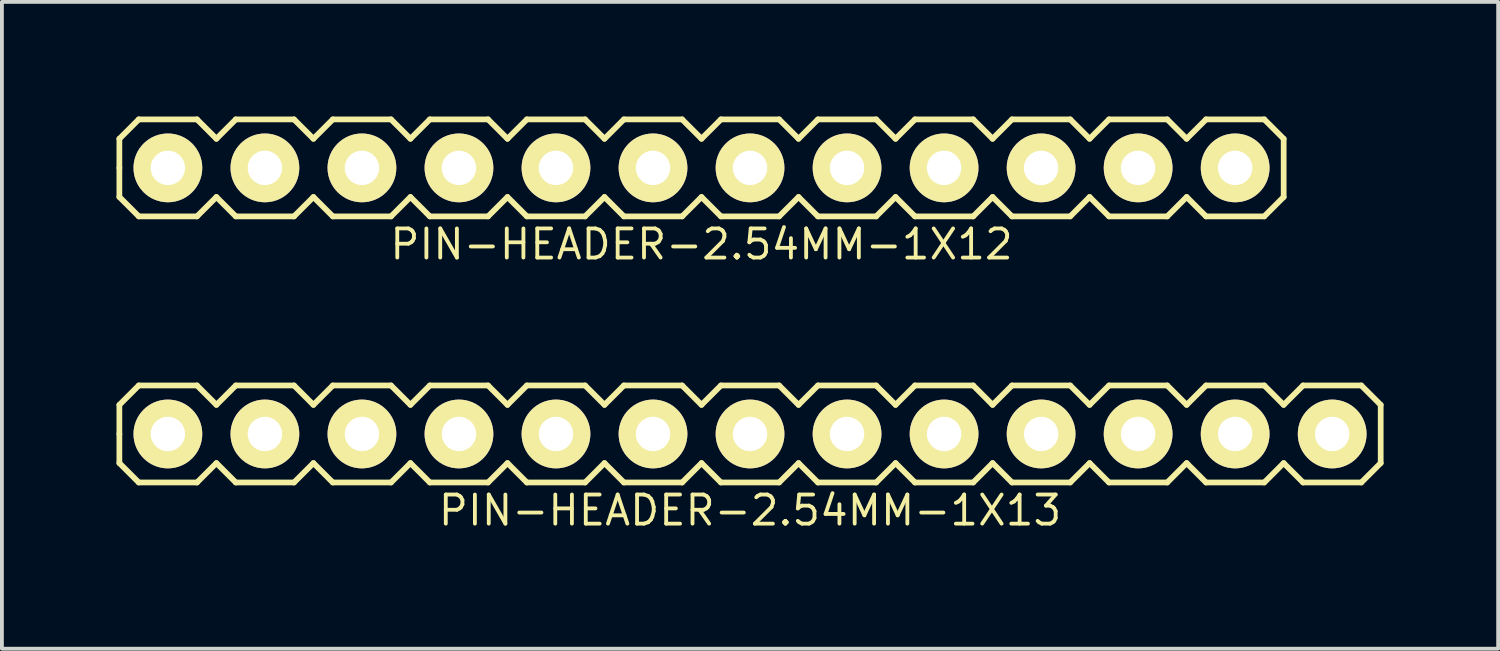
<source format=kicad_pcb>
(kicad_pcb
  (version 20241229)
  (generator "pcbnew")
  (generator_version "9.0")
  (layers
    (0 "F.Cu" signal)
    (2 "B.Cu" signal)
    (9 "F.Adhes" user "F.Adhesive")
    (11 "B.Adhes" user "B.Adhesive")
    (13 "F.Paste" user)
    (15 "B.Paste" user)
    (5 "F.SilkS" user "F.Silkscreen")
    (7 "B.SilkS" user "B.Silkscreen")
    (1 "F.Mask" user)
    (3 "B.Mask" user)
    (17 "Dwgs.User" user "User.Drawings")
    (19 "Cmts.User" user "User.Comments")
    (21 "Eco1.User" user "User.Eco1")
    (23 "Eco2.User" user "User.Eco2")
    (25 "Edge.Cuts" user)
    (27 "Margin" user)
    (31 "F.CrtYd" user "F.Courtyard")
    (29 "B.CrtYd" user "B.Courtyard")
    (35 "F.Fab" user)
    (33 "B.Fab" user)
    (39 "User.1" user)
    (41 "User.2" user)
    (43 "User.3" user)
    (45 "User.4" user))
  (footprint "PIN-HEADER-2.54MM-1X12"
    (layer "F.Cu")
    (at 15.315 1.345)
    (property "Reference" "PIN-HEADER-2.54MM-1X12" (at 0 2 0) (layer "F.SilkS") (effects (font (size 0.762 0.762) (thickness 0.1))))
    (attr through_hole)
    (fp_line (start -15.24 -0.762) (end -14.732 -1.27) (stroke (width 0.15) (type solid)) (layer "F.SilkS"))
    (fp_line (start -15.24 0) (end -15.24 -0.762) (stroke (width 0.15) (type solid)) (layer "F.SilkS"))
    (fp_line (start -15.24 0.762) (end -15.24 0) (stroke (width 0.15) (type solid)) (layer "F.SilkS"))
    (fp_line (start -14.732 -1.27) (end -13.208 -1.27) (stroke (width 0.15) (type solid)) (layer "F.SilkS"))
    (fp_line (start -14.732 1.27) (end -15.24 0.762) (stroke (width 0.15) (type solid)) (layer "F.SilkS"))
    (fp_line (start -13.208 -1.27) (end -12.7 -0.762) (stroke (width 0.15) (type solid)) (layer "F.SilkS"))
    (fp_line (start -13.208 1.27) (end -14.732 1.27) (stroke (width 0.15) (type solid)) (layer "F.SilkS"))
    (fp_line (start -12.7 -0.762) (end -12.192 -1.27) (stroke (width 0.15) (type solid)) (layer "F.SilkS"))
    (fp_line (start -12.7 0.762) (end -13.208 1.27) (stroke (width 0.15) (type solid)) (layer "F.SilkS"))
    (fp_line (start -12.192 -1.27) (end -10.668 -1.27) (stroke (width 0.15) (type solid)) (layer "F.SilkS"))
    (fp_line (start -12.192 1.27) (end -12.7 0.762) (stroke (width 0.15) (type solid)) (layer "F.SilkS"))
    (fp_line (start -10.668 -1.27) (end -10.16 -0.762) (stroke (width 0.15) (type solid)) (layer "F.SilkS"))
    (fp_line (start -10.668 1.27) (end -12.192 1.27) (stroke (width 0.15) (type solid)) (layer "F.SilkS"))
    (fp_line (start -10.16 -0.762) (end -9.652 -1.27) (stroke (width 0.15) (type solid)) (layer "F.SilkS"))
    (fp_line (start -10.16 0.762) (end -10.668 1.27) (stroke (width 0.15) (type solid)) (layer "F.SilkS"))
    (fp_line (start -9.652 -1.27) (end -8.128 -1.27) (stroke (width 0.15) (type solid)) (layer "F.SilkS"))
    (fp_line (start -9.652 1.27) (end -10.16 0.762) (stroke (width 0.15) (type solid)) (layer "F.SilkS"))
    (fp_line (start -8.128 -1.27) (end -7.62 -0.762) (stroke (width 0.15) (type solid)) (layer "F.SilkS"))
    (fp_line (start -8.128 1.27) (end -9.652 1.27) (stroke (width 0.15) (type solid)) (layer "F.SilkS"))
    (fp_line (start -7.62 -0.762) (end -7.112 -1.27) (stroke (width 0.15) (type solid)) (layer "F.SilkS"))
    (fp_line (start -7.62 0.762) (end -8.128 1.27) (stroke (width 0.15) (type solid)) (layer "F.SilkS"))
    (fp_line (start -7.112 -1.27) (end -5.588 -1.27) (stroke (width 0.15) (type solid)) (layer "F.SilkS"))
    (fp_line (start -7.112 1.27) (end -7.62 0.762) (stroke (width 0.15) (type solid)) (layer "F.SilkS"))
    (fp_line (start -5.588 -1.27) (end -5.08 -0.762) (stroke (width 0.15) (type solid)) (layer "F.SilkS"))
    (fp_line (start -5.588 1.27) (end -7.112 1.27) (stroke (width 0.15) (type solid)) (layer "F.SilkS"))
    (fp_line (start -5.08 -0.762) (end -4.572 -1.27) (stroke (width 0.15) (type solid)) (layer "F.SilkS"))
    (fp_line (start -5.08 0.762) (end -5.588 1.27) (stroke (width 0.15) (type solid)) (layer "F.SilkS"))
    (fp_line (start -4.572 -1.27) (end -3.048 -1.27) (stroke (width 0.15) (type solid)) (layer "F.SilkS"))
    (fp_line (start -4.572 1.27) (end -5.08 0.762) (stroke (width 0.15) (type solid)) (layer "F.SilkS"))
    (fp_line (start -3.048 -1.27) (end -2.54 -0.762) (stroke (width 0.15) (type solid)) (layer "F.SilkS"))
    (fp_line (start -3.048 1.27) (end -4.572 1.27) (stroke (width 0.15) (type solid)) (layer "F.SilkS"))
    (fp_line (start -2.54 -0.762) (end -2.032 -1.27) (stroke (width 0.15) (type solid)) (layer "F.SilkS"))
    (fp_line (start -2.54 0.762) (end -3.048 1.27) (stroke (width 0.15) (type solid)) (layer "F.SilkS"))
    (fp_line (start -2.032 -1.27) (end -0.508 -1.27) (stroke (width 0.15) (type solid)) (layer "F.SilkS"))
    (fp_line (start -2.032 1.27) (end -2.54 0.762) (stroke (width 0.15) (type solid)) (layer "F.SilkS"))
    (fp_line (start -0.508 -1.27) (end 0 -0.762) (stroke (width 0.15) (type solid)) (layer "F.SilkS"))
    (fp_line (start -0.508 1.27) (end -2.032 1.27) (stroke (width 0.15) (type solid)) (layer "F.SilkS"))
    (fp_line (start 0 -0.762) (end 0.508 -1.27) (stroke (width 0.15) (type solid)) (layer "F.SilkS"))
    (fp_line (start 0 0.762) (end -0.508 1.27) (stroke (width 0.15) (type solid)) (layer "F.SilkS"))
    (fp_line (start 0.508 -1.27) (end 2.032 -1.27) (stroke (width 0.15) (type solid)) (layer "F.SilkS"))
    (fp_line (start 0.508 1.27) (end 0 0.762) (stroke (width 0.15) (type solid)) (layer "F.SilkS"))
    (fp_line (start 2.032 -1.27) (end 2.54 -0.762) (stroke (width 0.15) (type solid)) (layer "F.SilkS"))
    (fp_line (start 2.032 1.27) (end 0.508 1.27) (stroke (width 0.15) (type solid)) (layer "F.SilkS"))
    (fp_line (start 2.54 -0.762) (end 3.048 -1.27) (stroke (width 0.15) (type solid)) (layer "F.SilkS"))
    (fp_line (start 2.54 0.762) (end 2.032 1.27) (stroke (width 0.15) (type solid)) (layer "F.SilkS"))
    (fp_line (start 3.048 -1.27) (end 4.572 -1.27) (stroke (width 0.15) (type solid)) (layer "F.SilkS"))
    (fp_line (start 3.048 1.27) (end 2.54 0.762) (stroke (width 0.15) (type solid)) (layer "F.SilkS"))
    (fp_line (start 4.572 -1.27) (end 5.08 -0.762) (stroke (width 0.15) (type solid)) (layer "F.SilkS"))
    (fp_line (start 4.572 1.27) (end 3.048 1.27) (stroke (width 0.15) (type solid)) (layer "F.SilkS"))
    (fp_line (start 5.08 -0.762) (end 5.588 -1.27) (stroke (width 0.15) (type solid)) (layer "F.SilkS"))
    (fp_line (start 5.08 0.762) (end 4.572 1.27) (stroke (width 0.15) (type solid)) (layer "F.SilkS"))
    (fp_line (start 5.588 -1.27) (end 7.112 -1.27) (stroke (width 0.15) (type solid)) (layer "F.SilkS"))
    (fp_line (start 5.588 1.27) (end 5.08 0.762) (stroke (width 0.15) (type solid)) (layer "F.SilkS"))
    (fp_line (start 7.112 -1.27) (end 7.62 -0.762) (stroke (width 0.15) (type solid)) (layer "F.SilkS"))
    (fp_line (start 7.112 1.27) (end 5.588 1.27) (stroke (width 0.15) (type solid)) (layer "F.SilkS"))
    (fp_line (start 7.62 -0.762) (end 8.128 -1.27) (stroke (width 0.15) (type solid)) (layer "F.SilkS"))
    (fp_line (start 7.62 0.762) (end 7.112 1.27) (stroke (width 0.15) (type solid)) (layer "F.SilkS"))
    (fp_line (start 8.128 -1.27) (end 9.652 -1.27) (stroke (width 0.15) (type solid)) (layer "F.SilkS"))
    (fp_line (start 8.128 1.27) (end 7.62 0.762) (stroke (width 0.15) (type solid)) (layer "F.SilkS"))
    (fp_line (start 9.652 -1.27) (end 10.16 -0.762) (stroke (width 0.15) (type solid)) (layer "F.SilkS"))
    (fp_line (start 9.652 1.27) (end 8.128 1.27) (stroke (width 0.15) (type solid)) (layer "F.SilkS"))
    (fp_line (start 10.16 -0.762) (end 10.668 -1.27) (stroke (width 0.15) (type solid)) (layer "F.SilkS"))
    (fp_line (start 10.16 0.762) (end 9.652 1.27) (stroke (width 0.15) (type solid)) (layer "F.SilkS"))
    (fp_line (start 10.668 -1.27) (end 12.192 -1.27) (stroke (width 0.15) (type solid)) (layer "F.SilkS"))
    (fp_line (start 10.668 1.27) (end 10.16 0.762) (stroke (width 0.15) (type solid)) (layer "F.SilkS"))
    (fp_line (start 12.192 -1.27) (end 12.7 -0.762) (stroke (width 0.15) (type solid)) (layer "F.SilkS"))
    (fp_line (start 12.192 1.27) (end 10.668 1.27) (stroke (width 0.15) (type solid)) (layer "F.SilkS"))
    (fp_line (start 12.7 -0.762) (end 13.208 -1.27) (stroke (width 0.15) (type solid)) (layer "F.SilkS"))
    (fp_line (start 12.7 0.762) (end 12.192 1.27) (stroke (width 0.15) (type solid)) (layer "F.SilkS"))
    (fp_line (start 13.208 -1.27) (end 14.732 -1.27) (stroke (width 0.15) (type solid)) (layer "F.SilkS"))
    (fp_line (start 13.208 1.27) (end 12.7 0.762) (stroke (width 0.15) (type solid)) (layer "F.SilkS"))
    (fp_line (start 14.732 -1.27) (end 15.24 -0.762) (stroke (width 0.15) (type solid)) (layer "F.SilkS"))
    (fp_line (start 14.732 1.27) (end 13.208 1.27) (stroke (width 0.15) (type solid)) (layer "F.SilkS"))
    (fp_line (start 15.24 -0.762) (end 15.24 0.762) (stroke (width 0.15) (type solid)) (layer "F.SilkS"))
    (fp_line (start 15.24 0.762) (end 14.732 1.27) (stroke (width 0.15) (type solid)) (layer "F.SilkS"))
    (pad "1" thru_hole circle (at -13.97 0) (size 1.8 1.8) (drill 0.9) (layers "*.Cu" "*.Mask" "F.SilkS"))
    (pad "2" thru_hole circle (at -11.43 0) (size 1.8 1.8) (drill 0.9) (layers "*.Cu" "*.Mask" "F.SilkS"))
    (pad "3" thru_hole circle (at -8.89 0) (size 1.8 1.8) (drill 0.9) (layers "*.Cu" "*.Mask" "F.SilkS"))
    (pad "4" thru_hole circle (at -6.35 0) (size 1.8 1.8) (drill 0.9) (layers "*.Cu" "*.Mask" "F.SilkS"))
    (pad "5" thru_hole circle (at -3.81 0) (size 1.8 1.8) (drill 0.9) (layers "*.Cu" "*.Mask" "F.SilkS"))
    (pad "6" thru_hole circle (at -1.27 0) (size 1.8 1.8) (drill 0.9) (layers "*.Cu" "*.Mask" "F.SilkS"))
    (pad "7" thru_hole circle (at 1.27 0) (size 1.8 1.8) (drill 0.9) (layers "*.Cu" "*.Mask" "F.SilkS"))
    (pad "8" thru_hole circle (at 3.81 0) (size 1.8 1.8) (drill 0.9) (layers "*.Cu" "*.Mask" "F.SilkS"))
    (pad "9" thru_hole circle (at 6.35 0) (size 1.8 1.8) (drill 0.9) (layers "*.Cu" "*.Mask" "F.SilkS"))
    (pad "10" thru_hole circle (at 8.89 0) (size 1.8 1.8) (drill 0.9) (layers "*.Cu" "*.Mask" "F.SilkS"))
    (pad "11" thru_hole circle (at 11.43 0) (size 1.8 1.8) (drill 0.9) (layers "*.Cu" "*.Mask" "F.SilkS"))
    (pad "12" thru_hole circle (at 13.97 0) (size 1.8 1.8) (drill 0.9) (layers "*.Cu" "*.Mask" "F.SilkS")))
  (footprint "PIN-HEADER-2.54MM-1X13"
    (layer "F.Cu")
    (at 16.585 8.311)
    (property "Reference" "PIN-HEADER-2.54MM-1X13" (at 0 2 0) (layer "F.SilkS") (effects (font (size 0.762 0.762) (thickness 0.1))))
    (attr through_hole)
    (fp_line (start -16.51 -0.762) (end -16.002 -1.27) (stroke (width 0.15) (type solid)) (layer "F.SilkS"))
    (fp_line (start -16.51 0) (end -16.51 -0.762) (stroke (width 0.15) (type solid)) (layer "F.SilkS"))
    (fp_line (start -16.51 0.762) (end -16.51 0) (stroke (width 0.15) (type solid)) (layer "F.SilkS"))
    (fp_line (start -16.002 -1.27) (end -14.478 -1.27) (stroke (width 0.15) (type solid)) (layer "F.SilkS"))
    (fp_line (start -16.002 1.27) (end -16.51 0.762) (stroke (width 0.15) (type solid)) (layer "F.SilkS"))
    (fp_line (start -14.478 -1.27) (end -13.97 -0.762) (stroke (width 0.15) (type solid)) (layer "F.SilkS"))
    (fp_line (start -14.478 1.27) (end -16.002 1.27) (stroke (width 0.15) (type solid)) (layer "F.SilkS"))
    (fp_line (start -13.97 -0.762) (end -13.462 -1.27) (stroke (width 0.15) (type solid)) (layer "F.SilkS"))
    (fp_line (start -13.97 0.762) (end -14.478 1.27) (stroke (width 0.15) (type solid)) (layer "F.SilkS"))
    (fp_line (start -13.462 -1.27) (end -11.938 -1.27) (stroke (width 0.15) (type solid)) (layer "F.SilkS"))
    (fp_line (start -13.462 1.27) (end -13.97 0.762) (stroke (width 0.15) (type solid)) (layer "F.SilkS"))
    (fp_line (start -11.938 -1.27) (end -11.43 -0.762) (stroke (width 0.15) (type solid)) (layer "F.SilkS"))
    (fp_line (start -11.938 1.27) (end -13.462 1.27) (stroke (width 0.15) (type solid)) (layer "F.SilkS"))
    (fp_line (start -11.43 -0.762) (end -10.922 -1.27) (stroke (width 0.15) (type solid)) (layer "F.SilkS"))
    (fp_line (start -11.43 0.762) (end -11.938 1.27) (stroke (width 0.15) (type solid)) (layer "F.SilkS"))
    (fp_line (start -10.922 -1.27) (end -9.398 -1.27) (stroke (width 0.15) (type solid)) (layer "F.SilkS"))
    (fp_line (start -10.922 1.27) (end -11.43 0.762) (stroke (width 0.15) (type solid)) (layer "F.SilkS"))
    (fp_line (start -9.398 -1.27) (end -8.89 -0.762) (stroke (width 0.15) (type solid)) (layer "F.SilkS"))
    (fp_line (start -9.398 1.27) (end -10.922 1.27) (stroke (width 0.15) (type solid)) (layer "F.SilkS"))
    (fp_line (start -8.89 -0.762) (end -8.382 -1.27) (stroke (width 0.15) (type solid)) (layer "F.SilkS"))
    (fp_line (start -8.89 0.762) (end -9.398 1.27) (stroke (width 0.15) (type solid)) (layer "F.SilkS"))
    (fp_line (start -8.382 -1.27) (end -6.858 -1.27) (stroke (width 0.15) (type solid)) (layer "F.SilkS"))
    (fp_line (start -8.382 1.27) (end -8.89 0.762) (stroke (width 0.15) (type solid)) (layer "F.SilkS"))
    (fp_line (start -6.858 -1.27) (end -6.35 -0.762) (stroke (width 0.15) (type solid)) (layer "F.SilkS"))
    (fp_line (start -6.858 1.27) (end -8.382 1.27) (stroke (width 0.15) (type solid)) (layer "F.SilkS"))
    (fp_line (start -6.35 -0.762) (end -5.842 -1.27) (stroke (width 0.15) (type solid)) (layer "F.SilkS"))
    (fp_line (start -6.35 0.762) (end -6.858 1.27) (stroke (width 0.15) (type solid)) (layer "F.SilkS"))
    (fp_line (start -5.842 -1.27) (end -4.318 -1.27) (stroke (width 0.15) (type solid)) (layer "F.SilkS"))
    (fp_line (start -5.842 1.27) (end -6.35 0.762) (stroke (width 0.15) (type solid)) (layer "F.SilkS"))
    (fp_line (start -4.318 -1.27) (end -3.81 -0.762) (stroke (width 0.15) (type solid)) (layer "F.SilkS"))
    (fp_line (start -4.318 1.27) (end -5.842 1.27) (stroke (width 0.15) (type solid)) (layer "F.SilkS"))
    (fp_line (start -3.81 -0.762) (end -3.302 -1.27) (stroke (width 0.15) (type solid)) (layer "F.SilkS"))
    (fp_line (start -3.81 0.762) (end -4.318 1.27) (stroke (width 0.15) (type solid)) (layer "F.SilkS"))
    (fp_line (start -3.302 -1.27) (end -1.778 -1.27) (stroke (width 0.15) (type solid)) (layer "F.SilkS"))
    (fp_line (start -3.302 1.27) (end -3.81 0.762) (stroke (width 0.15) (type solid)) (layer "F.SilkS"))
    (fp_line (start -1.778 -1.27) (end -1.27 -0.762) (stroke (width 0.15) (type solid)) (layer "F.SilkS"))
    (fp_line (start -1.778 1.27) (end -3.302 1.27) (stroke (width 0.15) (type solid)) (layer "F.SilkS"))
    (fp_line (start -1.27 -0.762) (end -0.762 -1.27) (stroke (width 0.15) (type solid)) (layer "F.SilkS"))
    (fp_line (start -1.27 0.762) (end -1.778 1.27) (stroke (width 0.15) (type solid)) (layer "F.SilkS"))
    (fp_line (start -0.762 -1.27) (end 0.762 -1.27) (stroke (width 0.15) (type solid)) (layer "F.SilkS"))
    (fp_line (start -0.762 1.27) (end -1.27 0.762) (stroke (width 0.15) (type solid)) (layer "F.SilkS"))
    (fp_line (start 0.762 -1.27) (end 1.27 -0.762) (stroke (width 0.15) (type solid)) (layer "F.SilkS"))
    (fp_line (start 0.762 1.27) (end -0.762 1.27) (stroke (width 0.15) (type solid)) (layer "F.SilkS"))
    (fp_line (start 1.27 -0.762) (end 1.778 -1.27) (stroke (width 0.15) (type solid)) (layer "F.SilkS"))
    (fp_line (start 1.27 0.762) (end 0.762 1.27) (stroke (width 0.15) (type solid)) (layer "F.SilkS"))
    (fp_line (start 1.778 -1.27) (end 3.302 -1.27) (stroke (width 0.15) (type solid)) (layer "F.SilkS"))
    (fp_line (start 1.778 1.27) (end 1.27 0.762) (stroke (width 0.15) (type solid)) (layer "F.SilkS"))
    (fp_line (start 3.302 -1.27) (end 3.81 -0.762) (stroke (width 0.15) (type solid)) (layer "F.SilkS"))
    (fp_line (start 3.302 1.27) (end 1.778 1.27) (stroke (width 0.15) (type solid)) (layer "F.SilkS"))
    (fp_line (start 3.81 -0.762) (end 4.318 -1.27) (stroke (width 0.15) (type solid)) (layer "F.SilkS"))
    (fp_line (start 3.81 0.762) (end 3.302 1.27) (stroke (width 0.15) (type solid)) (layer "F.SilkS"))
    (fp_line (start 4.318 -1.27) (end 5.842 -1.27) (stroke (width 0.15) (type solid)) (layer "F.SilkS"))
    (fp_line (start 4.318 1.27) (end 3.81 0.762) (stroke (width 0.15) (type solid)) (layer "F.SilkS"))
    (fp_line (start 5.842 -1.27) (end 6.35 -0.762) (stroke (width 0.15) (type solid)) (layer "F.SilkS"))
    (fp_line (start 5.842 1.27) (end 4.318 1.27) (stroke (width 0.15) (type solid)) (layer "F.SilkS"))
    (fp_line (start 6.35 -0.762) (end 6.858 -1.27) (stroke (width 0.15) (type solid)) (layer "F.SilkS"))
    (fp_line (start 6.35 0.762) (end 5.842 1.27) (stroke (width 0.15) (type solid)) (layer "F.SilkS"))
    (fp_line (start 6.858 -1.27) (end 8.382 -1.27) (stroke (width 0.15) (type solid)) (layer "F.SilkS"))
    (fp_line (start 6.858 1.27) (end 6.35 0.762) (stroke (width 0.15) (type solid)) (layer "F.SilkS"))
    (fp_line (start 8.382 -1.27) (end 8.89 -0.762) (stroke (width 0.15) (type solid)) (layer "F.SilkS"))
    (fp_line (start 8.382 1.27) (end 6.858 1.27) (stroke (width 0.15) (type solid)) (layer "F.SilkS"))
    (fp_line (start 8.89 -0.762) (end 9.398 -1.27) (stroke (width 0.15) (type solid)) (layer "F.SilkS"))
    (fp_line (start 8.89 0.762) (end 8.382 1.27) (stroke (width 0.15) (type solid)) (layer "F.SilkS"))
    (fp_line (start 9.398 -1.27) (end 10.922 -1.27) (stroke (width 0.15) (type solid)) (layer "F.SilkS"))
    (fp_line (start 9.398 1.27) (end 8.89 0.762) (stroke (width 0.15) (type solid)) (layer "F.SilkS"))
    (fp_line (start 10.922 -1.27) (end 11.43 -0.762) (stroke (width 0.15) (type solid)) (layer "F.SilkS"))
    (fp_line (start 10.922 1.27) (end 9.398 1.27) (stroke (width 0.15) (type solid)) (layer "F.SilkS"))
    (fp_line (start 11.43 -0.762) (end 11.938 -1.27) (stroke (width 0.15) (type solid)) (layer "F.SilkS"))
    (fp_line (start 11.43 0.762) (end 10.922 1.27) (stroke (width 0.15) (type solid)) (layer "F.SilkS"))
    (fp_line (start 11.938 -1.27) (end 13.462 -1.27) (stroke (width 0.15) (type solid)) (layer "F.SilkS"))
    (fp_line (start 11.938 1.27) (end 11.43 0.762) (stroke (width 0.15) (type solid)) (layer "F.SilkS"))
    (fp_line (start 13.462 -1.27) (end 13.97 -0.762) (stroke (width 0.15) (type solid)) (layer "F.SilkS"))
    (fp_line (start 13.462 1.27) (end 11.938 1.27) (stroke (width 0.15) (type solid)) (layer "F.SilkS"))
    (fp_line (start 13.97 -0.762) (end 14.478 -1.27) (stroke (width 0.15) (type solid)) (layer "F.SilkS"))
    (fp_line (start 13.97 0.762) (end 13.462 1.27) (stroke (width 0.15) (type solid)) (layer "F.SilkS"))
    (fp_line (start 14.478 -1.27) (end 16.002 -1.27) (stroke (width 0.15) (type solid)) (layer "F.SilkS"))
    (fp_line (start 14.478 1.27) (end 13.97 0.762) (stroke (width 0.15) (type solid)) (layer "F.SilkS"))
    (fp_line (start 16.002 -1.27) (end 16.51 -0.762) (stroke (width 0.15) (type solid)) (layer "F.SilkS"))
    (fp_line (start 16.002 1.27) (end 14.478 1.27) (stroke (width 0.15) (type solid)) (layer "F.SilkS"))
    (fp_line (start 16.51 -0.762) (end 16.51 0.762) (stroke (width 0.15) (type solid)) (layer "F.SilkS"))
    (fp_line (start 16.51 0.762) (end 16.002 1.27) (stroke (width 0.15) (type solid)) (layer "F.SilkS"))
    (pad "1" thru_hole circle (at -15.24 0) (size 1.8 1.8) (drill 0.9) (layers "*.Cu" "*.Mask" "F.SilkS"))
    (pad "2" thru_hole circle (at -12.7 0) (size 1.8 1.8) (drill 0.9) (layers "*.Cu" "*.Mask" "F.SilkS"))
    (pad "3" thru_hole circle (at -10.16 0) (size 1.8 1.8) (drill 0.9) (layers "*.Cu" "*.Mask" "F.SilkS"))
    (pad "4" thru_hole circle (at -7.62 0) (size 1.8 1.8) (drill 0.9) (layers "*.Cu" "*.Mask" "F.SilkS"))
    (pad "5" thru_hole circle (at -5.08 0) (size 1.8 1.8) (drill 0.9) (layers "*.Cu" "*.Mask" "F.SilkS"))
    (pad "6" thru_hole circle (at -2.54 0) (size 1.8 1.8) (drill 0.9) (layers "*.Cu" "*.Mask" "F.SilkS"))
    (pad "7" thru_hole circle (at 0 0) (size 1.8 1.8) (drill 0.9) (layers "*.Cu" "*.Mask" "F.SilkS"))
    (pad "8" thru_hole circle (at 2.54 0) (size 1.8 1.8) (drill 0.9) (layers "*.Cu" "*.Mask" "F.SilkS"))
    (pad "9" thru_hole circle (at 5.08 0) (size 1.8 1.8) (drill 0.9) (layers "*.Cu" "*.Mask" "F.SilkS"))
    (pad "10" thru_hole circle (at 7.62 0) (size 1.8 1.8) (drill 0.9) (layers "*.Cu" "*.Mask" "F.SilkS"))
    (pad "11" thru_hole circle (at 10.16 0) (size 1.8 1.8) (drill 0.9) (layers "*.Cu" "*.Mask" "F.SilkS"))
    (pad "12" thru_hole circle (at 12.7 0) (size 1.8 1.8) (drill 0.9) (layers "*.Cu" "*.Mask" "F.SilkS"))
    (pad "13" thru_hole circle (at 15.24 0) (size 1.8 1.8) (drill 0.9) (layers "*.Cu" "*.Mask" "F.SilkS")))
  (gr_rect
    (start -3 -3)
    (end 36.17 13.933)
    (stroke (width 0.1) (type default))
    (fill no)
    (layer "Edge.Cuts")))
</source>
